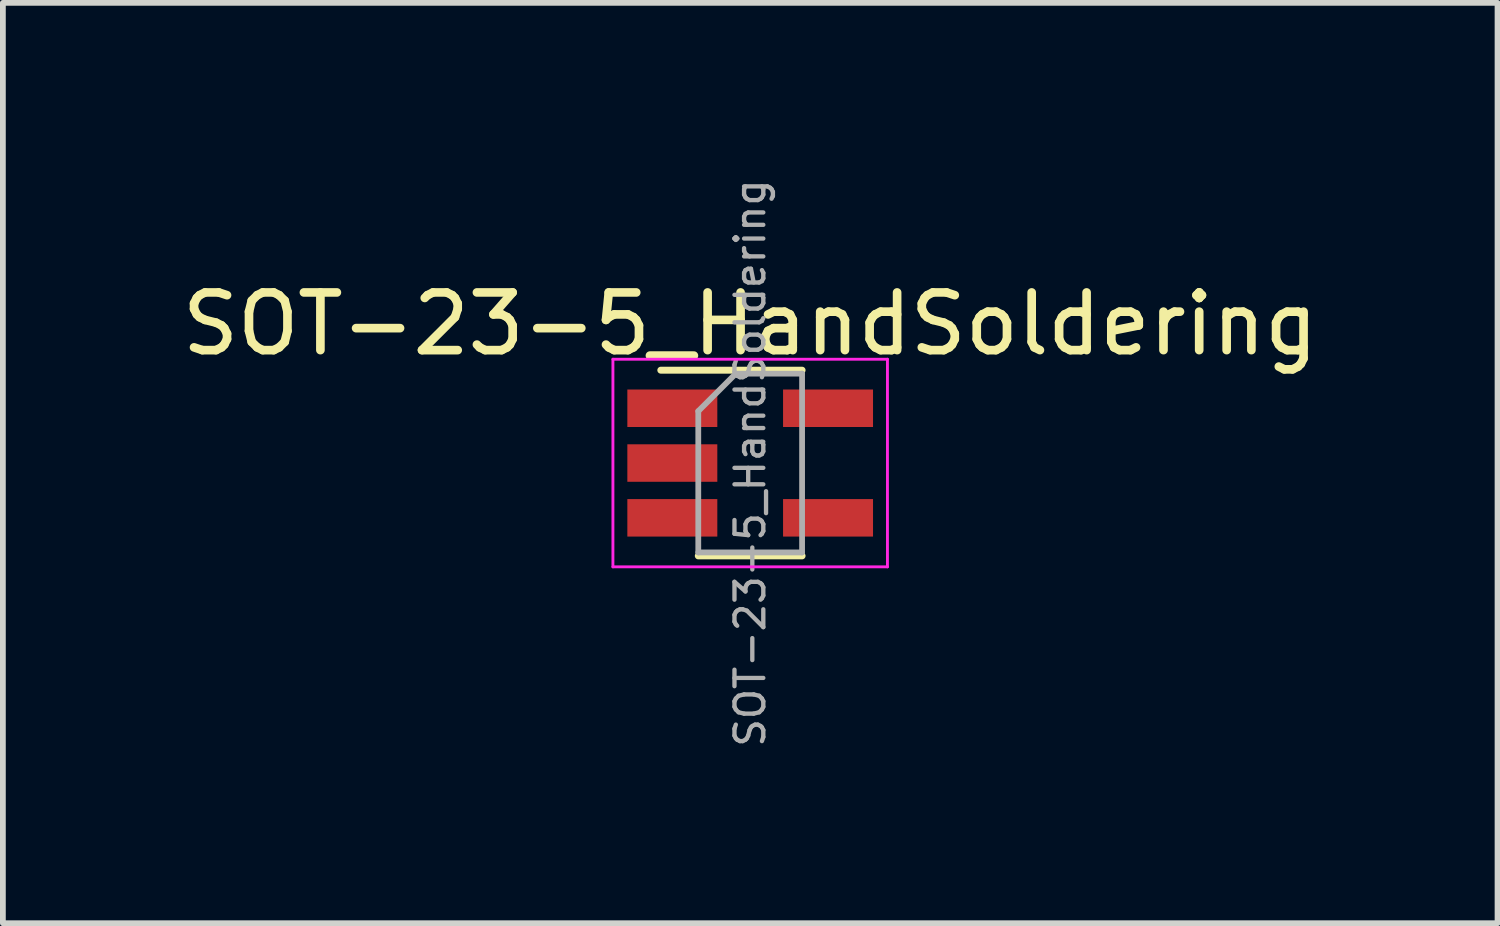
<source format=kicad_pcb>
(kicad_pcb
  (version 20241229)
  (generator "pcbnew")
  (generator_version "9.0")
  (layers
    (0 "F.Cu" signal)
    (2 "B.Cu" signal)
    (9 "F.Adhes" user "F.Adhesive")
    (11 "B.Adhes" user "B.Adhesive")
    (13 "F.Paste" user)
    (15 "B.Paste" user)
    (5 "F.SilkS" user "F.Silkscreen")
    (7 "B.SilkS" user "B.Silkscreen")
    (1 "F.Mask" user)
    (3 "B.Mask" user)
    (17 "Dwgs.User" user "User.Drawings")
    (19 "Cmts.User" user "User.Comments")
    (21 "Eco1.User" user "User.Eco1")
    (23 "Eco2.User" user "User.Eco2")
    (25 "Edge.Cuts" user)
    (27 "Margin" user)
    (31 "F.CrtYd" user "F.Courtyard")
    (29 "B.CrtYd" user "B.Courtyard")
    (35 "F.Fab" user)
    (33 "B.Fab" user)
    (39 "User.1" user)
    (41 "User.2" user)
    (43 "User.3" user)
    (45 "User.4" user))
  (footprint "SOT-23-5_HandSoldering"
    (layer "F.Cu")
    (at 9.958 4.979)
    (property "Reference" "SOT-23-5_HandSoldering" (at 0 -2.413 0) (layer "F.SilkS") (effects (font (size 1 1) (thickness 0.15))))
    (attr smd)
    (fp_line (start -0.9 1.61) (end 0.9 1.61) (stroke (width 0.12) (type solid)) (layer "F.SilkS"))
    (fp_line (start 0.9 -1.61) (end -1.55 -1.61) (stroke (width 0.12) (type solid)) (layer "F.SilkS"))
    (fp_line (start -2.38 -1.8) (end -2.38 1.8) (stroke (width 0.05) (type solid)) (layer "F.CrtYd"))
    (fp_line (start -2.38 -1.8) (end 2.38 -1.8) (stroke (width 0.05) (type solid)) (layer "F.CrtYd"))
    (fp_line (start 2.38 1.8) (end -2.38 1.8) (stroke (width 0.05) (type solid)) (layer "F.CrtYd"))
    (fp_line (start 2.38 1.8) (end 2.38 -1.8) (stroke (width 0.05) (type solid)) (layer "F.CrtYd"))
    (fp_line (start -0.9 -0.9) (end -0.9 1.55) (stroke (width 0.1) (type solid)) (layer "F.Fab"))
    (fp_line (start -0.9 -0.9) (end -0.25 -1.55) (stroke (width 0.1) (type solid)) (layer "F.Fab"))
    (fp_line (start 0.9 -1.55) (end -0.25 -1.55) (stroke (width 0.1) (type solid)) (layer "F.Fab"))
    (fp_line (start 0.9 -1.55) (end 0.9 1.55) (stroke (width 0.1) (type solid)) (layer "F.Fab"))
    (fp_line (start 0.9 1.55) (end -0.9 1.55) (stroke (width 0.1) (type solid)) (layer "F.Fab"))
    (fp_text user "${REFERENCE}" (at 0 0 90) (layer "F.Fab") (effects (font (size 0.5 0.5) (thickness 0.075))))
    (pad "1" smd rect (at -1.35 -0.95) (size 1.56 0.65) (layers "F.Cu" "F.Mask" "F.Paste"))
    (pad "2" smd rect (at -1.35 0) (size 1.56 0.65) (layers "F.Cu" "F.Mask" "F.Paste"))
    (pad "3" smd rect (at -1.35 0.95) (size 1.56 0.65) (layers "F.Cu" "F.Mask" "F.Paste"))
    (pad "4" smd rect (at 1.35 0.95) (size 1.56 0.65) (layers "F.Cu" "F.Mask" "F.Paste"))
    (pad "5" smd rect (at 1.35 -0.95) (size 1.56 0.65) (layers "F.Cu" "F.Mask" "F.Paste")))
  (gr_rect
    (start -3 -3)
    (end 22.917 12.958)
    (stroke (width 0.1) (type default))
    (fill no)
    (layer "Edge.Cuts")))
</source>
